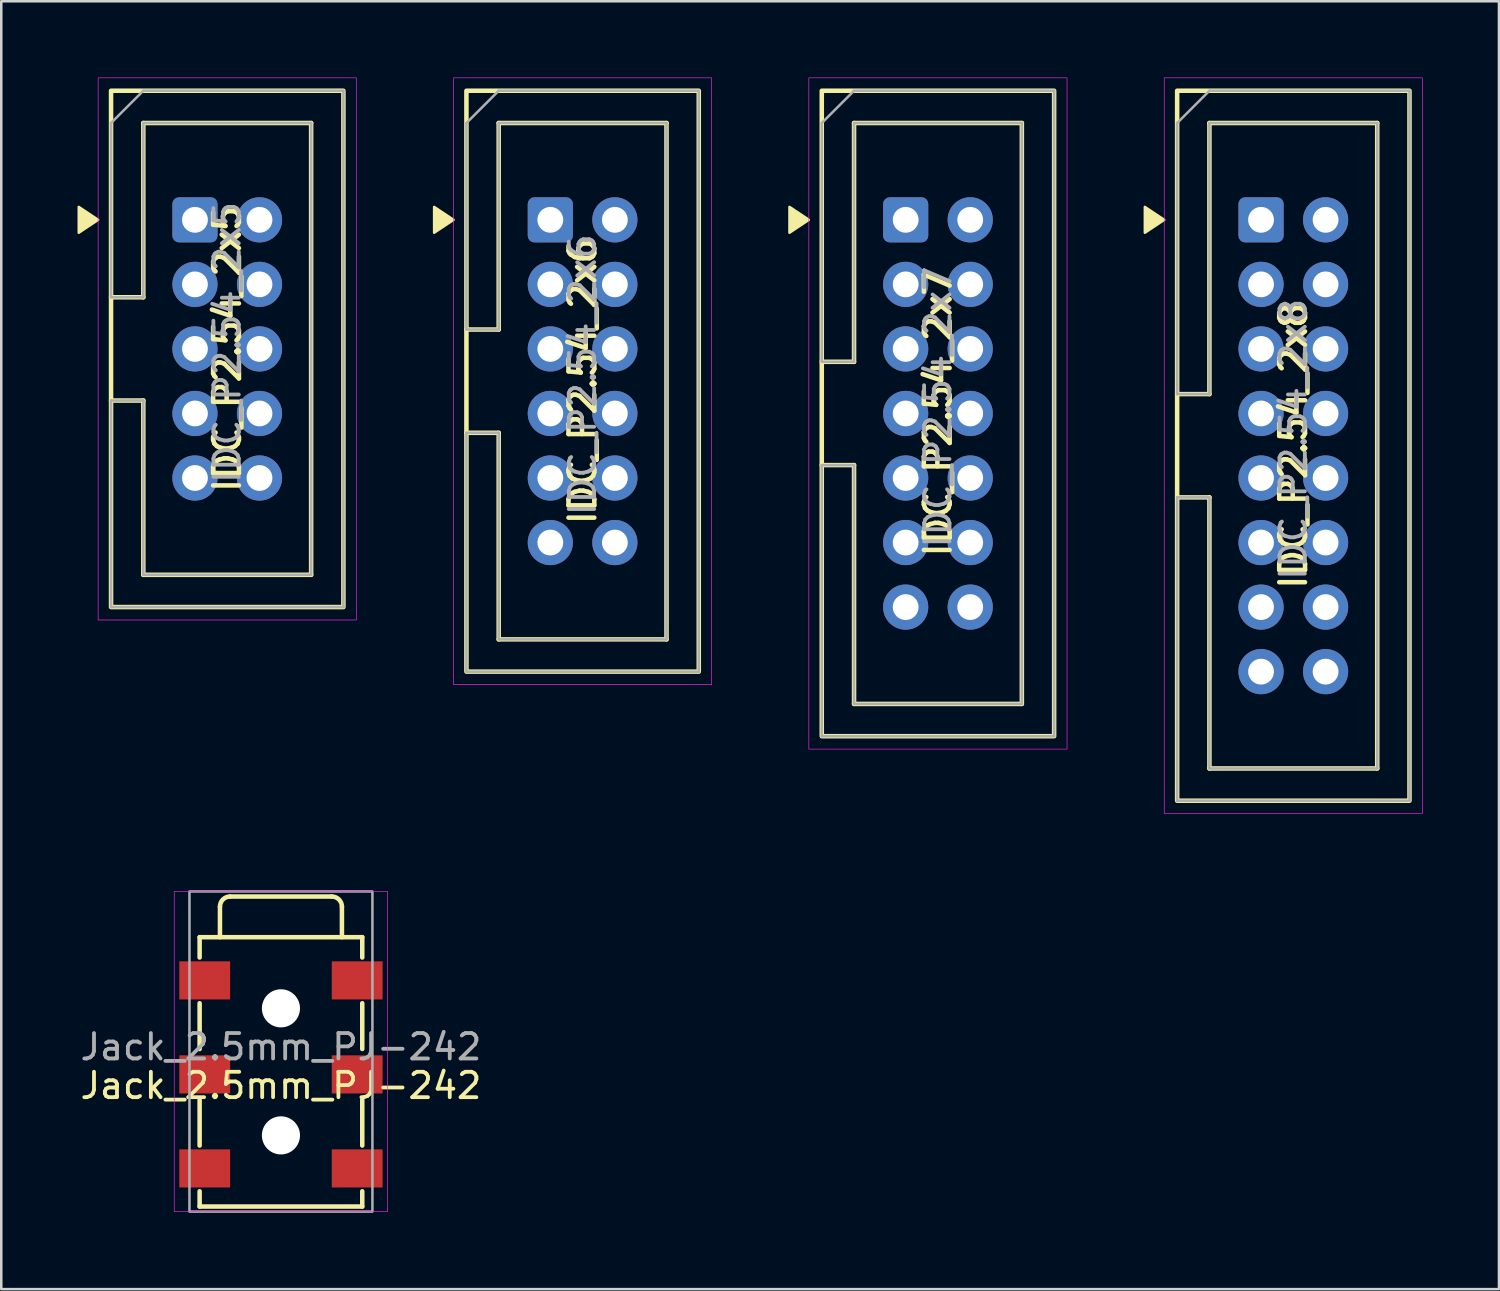
<source format=kicad_pcb>
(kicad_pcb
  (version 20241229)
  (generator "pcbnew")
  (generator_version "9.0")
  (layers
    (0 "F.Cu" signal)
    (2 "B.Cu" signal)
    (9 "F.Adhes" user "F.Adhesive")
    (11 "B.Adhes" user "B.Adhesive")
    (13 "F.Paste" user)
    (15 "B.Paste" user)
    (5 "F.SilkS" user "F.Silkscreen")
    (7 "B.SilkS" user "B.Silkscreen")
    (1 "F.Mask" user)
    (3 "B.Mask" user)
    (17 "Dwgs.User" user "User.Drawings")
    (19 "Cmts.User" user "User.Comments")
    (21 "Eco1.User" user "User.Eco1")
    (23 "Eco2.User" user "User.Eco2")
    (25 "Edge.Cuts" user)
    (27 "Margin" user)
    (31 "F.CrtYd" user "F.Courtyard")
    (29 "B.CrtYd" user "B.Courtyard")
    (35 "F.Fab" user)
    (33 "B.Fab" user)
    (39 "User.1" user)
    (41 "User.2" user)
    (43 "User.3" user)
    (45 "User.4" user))
  (footprint "IDC_P2.54_2x6"
    (layer "F.Cu")
    (at 19.877 11.951)
    (property "Reference" "IDC_P2.54_2x6" (at 0 0 90) (layer "F.SilkS") (effects (font (size 1.016 1.016) (thickness 0.178))))
    (attr through_hole)
    (fp_line (start -4.572 -2.032) (end -3.302 -2.032) (stroke (width 0.178) (type solid)) (layer "F.SilkS"))
    (fp_line (start -3.302 -10.16) (end 3.302 -10.16) (stroke (width 0.178) (type solid)) (layer "F.SilkS"))
    (fp_line (start -3.302 -2.032) (end -3.302 -10.16) (stroke (width 0.178) (type solid)) (layer "F.SilkS"))
    (fp_line (start -3.302 2.032) (end -4.572 2.032) (stroke (width 0.178) (type solid)) (layer "F.SilkS"))
    (fp_line (start -3.302 10.16) (end -3.302 2.032) (stroke (width 0.178) (type solid)) (layer "F.SilkS"))
    (fp_line (start 3.302 -10.16) (end 3.302 10.16) (stroke (width 0.178) (type solid)) (layer "F.SilkS"))
    (fp_line (start 3.302 10.16) (end -3.302 10.16) (stroke (width 0.178) (type solid)) (layer "F.SilkS"))
    (fp_rect (start -4.572 -11.43) (end 4.572 11.43) (stroke (width 0.178) (type solid)) (fill no) (layer "F.SilkS"))
    (fp_poly (pts (xy -5.08 -6.35) (xy -5.842 -5.842) (xy -5.842 -6.858)) (stroke (width 0.1) (type solid)) (fill yes) (layer "F.SilkS"))
    (fp_rect (start -5.08 -11.938) (end 5.08 11.938) (stroke (width 0.025) (type solid)) (fill no) (layer "F.CrtYd"))
    (fp_line (start -4.572 -2.032) (end -4.572 -10.16) (stroke (width 0.1) (type solid)) (layer "F.Fab"))
    (fp_line (start -4.572 -2.032) (end -3.302 -2.032) (stroke (width 0.1) (type solid)) (layer "F.Fab"))
    (fp_line (start -4.572 2.032) (end -4.572 11.43) (stroke (width 0.1) (type solid)) (layer "F.Fab"))
    (fp_line (start -4.572 2.032) (end -3.302 2.032) (stroke (width 0.1) (type solid)) (layer "F.Fab"))
    (fp_line (start -3.302 -11.43) (end -4.572 -10.16) (stroke (width 0.1) (type solid)) (layer "F.Fab"))
    (fp_line (start -3.302 -11.43) (end 4.572 -11.43) (stroke (width 0.1) (type solid)) (layer "F.Fab"))
    (fp_line (start -3.302 -10.16) (end 3.302 -10.16) (stroke (width 0.1) (type solid)) (layer "F.Fab"))
    (fp_line (start -3.302 -2.032) (end -3.302 -10.16) (stroke (width 0.1) (type solid)) (layer "F.Fab"))
    (fp_line (start -3.302 10.16) (end -3.302 2.032) (stroke (width 0.1) (type solid)) (layer "F.Fab"))
    (fp_line (start -3.302 10.16) (end 3.302 10.16) (stroke (width 0.1) (type solid)) (layer "F.Fab"))
    (fp_line (start 3.302 10.16) (end 3.302 -10.16) (stroke (width 0.1) (type solid)) (layer "F.Fab"))
    (fp_line (start 4.572 -11.43) (end 4.572 11.43) (stroke (width 0.1) (type solid)) (layer "F.Fab"))
    (fp_line (start 4.572 11.43) (end -4.572 11.43) (stroke (width 0.1) (type solid)) (layer "F.Fab"))
    (fp_text user "${REFERENCE}" (at 0 -0.254 90) (layer "F.Fab") (effects (font (size 1 1) (thickness 0.15))))
    (pad "1" thru_hole roundrect (at -1.27 -6.35) (size 1.778 1.778) (drill 1.016) (layers "*.Cu" "*.Mask") (roundrect_rratio 0.15))
    (pad "2" thru_hole circle (at 1.27 -6.35) (size 1.778 1.778) (drill 1.016) (layers "*.Cu" "*.Mask"))
    (pad "3" thru_hole circle (at -1.27 -3.81) (size 1.778 1.778) (drill 1.016) (layers "*.Cu" "*.Mask"))
    (pad "4" thru_hole circle (at 1.27 -3.81) (size 1.778 1.778) (drill 1.016) (layers "*.Cu" "*.Mask"))
    (pad "5" thru_hole circle (at -1.27 -1.27) (size 1.778 1.778) (drill 1.016) (layers "*.Cu" "*.Mask"))
    (pad "6" thru_hole circle (at 1.27 -1.27) (size 1.778 1.778) (drill 1.016) (layers "*.Cu" "*.Mask"))
    (pad "7" thru_hole circle (at -1.27 1.27) (size 1.778 1.778) (drill 1.016) (layers "*.Cu" "*.Mask"))
    (pad "8" thru_hole circle (at 1.27 1.27) (size 1.778 1.778) (drill 1.016) (layers "*.Cu" "*.Mask"))
    (pad "9" thru_hole circle (at -1.27 3.81) (size 1.778 1.778) (drill 1.016) (layers "*.Cu" "*.Mask"))
    (pad "10" thru_hole circle (at 1.27 3.81) (size 1.778 1.778) (drill 1.016) (layers "*.Cu" "*.Mask"))
    (pad "11" thru_hole circle (at -1.27 6.35) (size 1.778 1.778) (drill 1.016) (layers "*.Cu" "*.Mask"))
    (pad "12" thru_hole circle (at 1.27 6.35) (size 1.778 1.778) (drill 1.016) (layers "*.Cu" "*.Mask")))
  (footprint "IDC_P2.54_2x7"
    (layer "F.Cu")
    (at 33.861 13.221)
    (property "Reference" "IDC_P2.54_2x7" (at 0 0 90) (layer "F.SilkS") (effects (font (size 1.016 1.016) (thickness 0.178))))
    (attr through_hole)
    (fp_line (start -4.572 -2.032) (end -3.302 -2.032) (stroke (width 0.178) (type solid)) (layer "F.SilkS"))
    (fp_line (start -3.302 -11.43) (end 3.302 -11.43) (stroke (width 0.178) (type solid)) (layer "F.SilkS"))
    (fp_line (start -3.302 -2.032) (end -3.302 -11.43) (stroke (width 0.178) (type solid)) (layer "F.SilkS"))
    (fp_line (start -3.302 2.032) (end -4.572 2.032) (stroke (width 0.178) (type solid)) (layer "F.SilkS"))
    (fp_line (start -3.302 11.43) (end -3.302 2.032) (stroke (width 0.178) (type solid)) (layer "F.SilkS"))
    (fp_line (start 3.302 -11.43) (end 3.302 11.43) (stroke (width 0.178) (type solid)) (layer "F.SilkS"))
    (fp_line (start 3.302 11.43) (end -3.302 11.43) (stroke (width 0.178) (type solid)) (layer "F.SilkS"))
    (fp_rect (start -4.572 -12.7) (end 4.572 12.7) (stroke (width 0.178) (type solid)) (fill no) (layer "F.SilkS"))
    (fp_poly (pts (xy -5.08 -7.62) (xy -5.842 -7.112) (xy -5.842 -8.128)) (stroke (width 0.1) (type solid)) (fill yes) (layer "F.SilkS"))
    (fp_rect (start -5.08 -13.208) (end 5.08 13.208) (stroke (width 0.025) (type solid)) (fill no) (layer "F.CrtYd"))
    (fp_line (start -4.572 -2.032) (end -4.572 -11.43) (stroke (width 0.1) (type solid)) (layer "F.Fab"))
    (fp_line (start -4.572 -2.032) (end -3.302 -2.032) (stroke (width 0.1) (type solid)) (layer "F.Fab"))
    (fp_line (start -4.572 2.032) (end -4.572 12.7) (stroke (width 0.1) (type solid)) (layer "F.Fab"))
    (fp_line (start -4.572 2.032) (end -3.302 2.032) (stroke (width 0.1) (type solid)) (layer "F.Fab"))
    (fp_line (start -3.302 -12.7) (end -4.572 -11.43) (stroke (width 0.1) (type solid)) (layer "F.Fab"))
    (fp_line (start -3.302 -12.7) (end 4.572 -12.7) (stroke (width 0.1) (type solid)) (layer "F.Fab"))
    (fp_line (start -3.302 -11.43) (end 3.302 -11.43) (stroke (width 0.1) (type solid)) (layer "F.Fab"))
    (fp_line (start -3.302 -2.032) (end -3.302 -11.43) (stroke (width 0.1) (type solid)) (layer "F.Fab"))
    (fp_line (start -3.302 11.43) (end -3.302 2.032) (stroke (width 0.1) (type solid)) (layer "F.Fab"))
    (fp_line (start -3.302 11.43) (end 3.302 11.43) (stroke (width 0.1) (type solid)) (layer "F.Fab"))
    (fp_line (start 3.302 11.43) (end 3.302 -11.43) (stroke (width 0.1) (type solid)) (layer "F.Fab"))
    (fp_line (start 4.572 -12.7) (end 4.572 12.7) (stroke (width 0.1) (type solid)) (layer "F.Fab"))
    (fp_line (start 4.572 12.7) (end -4.572 12.7) (stroke (width 0.1) (type solid)) (layer "F.Fab"))
    (fp_text user "${REFERENCE}" (at 0 -0.254 90) (layer "F.Fab") (effects (font (size 1 1) (thickness 0.15))))
    (pad "1" thru_hole roundrect (at -1.27 -7.62) (size 1.778 1.778) (drill 1.016) (layers "*.Cu" "*.Mask") (roundrect_rratio 0.15))
    (pad "2" thru_hole circle (at 1.27 -7.62) (size 1.778 1.778) (drill 1.016) (layers "*.Cu" "*.Mask"))
    (pad "3" thru_hole circle (at -1.27 -5.08) (size 1.778 1.778) (drill 1.016) (layers "*.Cu" "*.Mask"))
    (pad "4" thru_hole circle (at 1.27 -5.08) (size 1.778 1.778) (drill 1.016) (layers "*.Cu" "*.Mask"))
    (pad "5" thru_hole circle (at -1.27 -2.54) (size 1.778 1.778) (drill 1.016) (layers "*.Cu" "*.Mask"))
    (pad "6" thru_hole circle (at 1.27 -2.54) (size 1.778 1.778) (drill 1.016) (layers "*.Cu" "*.Mask"))
    (pad "7" thru_hole circle (at -1.27 0) (size 1.778 1.778) (drill 1.016) (layers "*.Cu" "*.Mask"))
    (pad "8" thru_hole circle (at 1.27 0) (size 1.778 1.778) (drill 1.016) (layers "*.Cu" "*.Mask"))
    (pad "9" thru_hole circle (at -1.27 2.54) (size 1.778 1.778) (drill 1.016) (layers "*.Cu" "*.Mask"))
    (pad "10" thru_hole circle (at 1.27 2.54) (size 1.778 1.778) (drill 1.016) (layers "*.Cu" "*.Mask"))
    (pad "11" thru_hole circle (at -1.27 5.08) (size 1.778 1.778) (drill 1.016) (layers "*.Cu" "*.Mask"))
    (pad "12" thru_hole circle (at 1.27 5.08) (size 1.778 1.778) (drill 1.016) (layers "*.Cu" "*.Mask"))
    (pad "13" thru_hole circle (at -1.27 7.62) (size 1.778 1.778) (drill 1.016) (layers "*.Cu" "*.Mask"))
    (pad "14" thru_hole circle (at 1.27 7.62) (size 1.778 1.778) (drill 1.016) (layers "*.Cu" "*.Mask")))
  (footprint "Jack_2.5mm_PJ-242"
    (layer "F.Cu")
    (at 8.006 33.831)
    (property "Reference" "Jack_2.5mm_PJ-242" (at 0 5.842 0) (unlocked yes) (layer "F.SilkS") (effects (font (size 1 1) (thickness 0.15))))
    (attr smd)
    (fp_line (start -3.2 0) (end 3.2 0) (stroke (width 0.178) (type solid)) (layer "F.SilkS"))
    (fp_line (start -3.2 0.8) (end -3.2 0) (stroke (width 0.178) (type solid)) (layer "F.SilkS"))
    (fp_line (start -3.2 4.4) (end -3.2 2.6) (stroke (width 0.178) (type solid)) (layer "F.SilkS"))
    (fp_line (start -3.2 8.2) (end -3.2 6.4) (stroke (width 0.178) (type solid)) (layer "F.SilkS"))
    (fp_line (start -3.2 10) (end -3.2 10.6) (stroke (width 0.178) (type solid)) (layer "F.SilkS"))
    (fp_line (start -3.2 10.6) (end 3.2 10.6) (stroke (width 0.178) (type solid)) (layer "F.SilkS"))
    (fp_line (start -2.4 -1.2) (end -2.4 0) (stroke (width 0.178) (type solid)) (layer "F.SilkS"))
    (fp_line (start 2 -1.6) (end -2 -1.6) (stroke (width 0.178) (type solid)) (layer "F.SilkS"))
    (fp_line (start 2.4 0) (end 2.4 -1.2) (stroke (width 0.178) (type solid)) (layer "F.SilkS"))
    (fp_line (start 3.2 0) (end 3.2 0.8) (stroke (width 0.178) (type solid)) (layer "F.SilkS"))
    (fp_line (start 3.2 4.4) (end 3.2 2.6) (stroke (width 0.178) (type solid)) (layer "F.SilkS"))
    (fp_line (start 3.2 8.2) (end 3.2 6.4) (stroke (width 0.178) (type solid)) (layer "F.SilkS"))
    (fp_line (start 3.2 10) (end 3.2 10.6) (stroke (width 0.178) (type solid)) (layer "F.SilkS"))
    (fp_arc (start -2.4 -1.2) (mid -2.282843 -1.482843) (end -2 -1.6) (stroke (width 0.1778) (type solid)) (layer "F.SilkS"))
    (fp_arc (start 2 -1.6) (mid 2.282842 -1.482843) (end 2.4 -1.2) (stroke (width 0.1778) (type solid)) (layer "F.SilkS"))
    (fp_rect (start -4.2 -1.8) (end 4.2 10.8) (stroke (width 0.025) (type solid)) (fill no) (layer "F.CrtYd"))
    (fp_rect (start -3.6 -1.8) (end 3.6 10.8) (stroke (width 0.1) (type solid)) (fill no) (layer "F.Fab"))
    (fp_text user "${REFERENCE}" (at 0 4.318 0) (unlocked yes) (layer "F.Fab") (effects (font (size 1 1) (thickness 0.15))))
    (pad "" np_thru_hole circle (at 0 2.8) (size 1.5 1.5) (drill 1.5) (layers "*.Cu" "*.Mask"))
    (pad "" np_thru_hole circle (at 0 7.8) (size 1.5 1.5) (drill 1.5) (layers "*.Cu" "*.Mask"))
    (pad "2" smd rect (at 3 1.7) (size 2 1.5) (layers "F.Cu" "F.Mask" "F.Paste"))
    (pad "3" smd rect (at -3 1.7) (size 2 1.5) (layers "F.Cu" "F.Mask" "F.Paste"))
    (pad "4" smd rect (at 3 5.4) (size 2 1.5) (layers "F.Cu" "F.Mask" "F.Paste"))
    (pad "5" smd rect (at 3 9.1) (size 2 1.5) (layers "F.Cu" "F.Mask" "F.Paste"))
    (pad "6" smd rect (at -3 5.4) (size 2 1.5) (layers "F.Cu" "F.Mask" "F.Paste"))
    (pad "7" smd rect (at -3 9.1) (size 2 1.5) (layers "F.Cu" "F.Mask" "F.Paste")))
  (footprint "IDC_P2.54_2x5"
    (layer "F.Cu")
    (at 5.892 10.681)
    (property "Reference" "IDC_P2.54_2x5" (at 0 0 90) (layer "F.SilkS") (effects (font (size 1.016 1.016) (thickness 0.178))))
    (attr through_hole)
    (fp_line (start -4.572 -2.032) (end -3.302 -2.032) (stroke (width 0.178) (type solid)) (layer "F.SilkS"))
    (fp_line (start -3.302 -8.89) (end 3.302 -8.89) (stroke (width 0.178) (type solid)) (layer "F.SilkS"))
    (fp_line (start -3.302 -2.032) (end -3.302 -8.89) (stroke (width 0.178) (type solid)) (layer "F.SilkS"))
    (fp_line (start -3.302 2.032) (end -4.572 2.032) (stroke (width 0.178) (type solid)) (layer "F.SilkS"))
    (fp_line (start -3.302 8.89) (end -3.302 2.032) (stroke (width 0.178) (type solid)) (layer "F.SilkS"))
    (fp_line (start 3.302 -8.89) (end 3.302 8.89) (stroke (width 0.178) (type solid)) (layer "F.SilkS"))
    (fp_line (start 3.302 8.89) (end -3.302 8.89) (stroke (width 0.178) (type solid)) (layer "F.SilkS"))
    (fp_rect (start -4.572 -10.16) (end 4.572 10.16) (stroke (width 0.178) (type solid)) (fill no) (layer "F.SilkS"))
    (fp_poly (pts (xy -5.08 -5.08) (xy -5.842 -4.572) (xy -5.842 -5.588)) (stroke (width 0.1) (type solid)) (fill yes) (layer "F.SilkS"))
    (fp_rect (start -5.08 -10.668) (end 5.08 10.668) (stroke (width 0.025) (type solid)) (fill no) (layer "F.CrtYd"))
    (fp_line (start -4.572 -2.032) (end -4.572 -8.89) (stroke (width 0.1) (type solid)) (layer "F.Fab"))
    (fp_line (start -4.572 -2.032) (end -3.302 -2.032) (stroke (width 0.1) (type solid)) (layer "F.Fab"))
    (fp_line (start -4.572 2.032) (end -4.572 10.16) (stroke (width 0.1) (type solid)) (layer "F.Fab"))
    (fp_line (start -4.572 2.032) (end -3.302 2.032) (stroke (width 0.1) (type solid)) (layer "F.Fab"))
    (fp_line (start -3.302 -10.16) (end -4.572 -8.89) (stroke (width 0.1) (type solid)) (layer "F.Fab"))
    (fp_line (start -3.302 -10.16) (end 4.572 -10.16) (stroke (width 0.1) (type solid)) (layer "F.Fab"))
    (fp_line (start -3.302 -8.89) (end 3.302 -8.89) (stroke (width 0.1) (type solid)) (layer "F.Fab"))
    (fp_line (start -3.302 -2.032) (end -3.302 -8.89) (stroke (width 0.1) (type solid)) (layer "F.Fab"))
    (fp_line (start -3.302 8.89) (end -3.302 2.032) (stroke (width 0.1) (type solid)) (layer "F.Fab"))
    (fp_line (start -3.302 8.89) (end 3.302 8.89) (stroke (width 0.1) (type solid)) (layer "F.Fab"))
    (fp_line (start 3.302 8.89) (end 3.302 -8.89) (stroke (width 0.1) (type solid)) (layer "F.Fab"))
    (fp_line (start 4.572 -10.16) (end 4.572 10.16) (stroke (width 0.1) (type solid)) (layer "F.Fab"))
    (fp_line (start 4.572 10.16) (end -4.572 10.16) (stroke (width 0.1) (type solid)) (layer "F.Fab"))
    (fp_text user "${REFERENCE}" (at 0 -0.254 90) (layer "F.Fab") (effects (font (size 1 1) (thickness 0.15))))
    (pad "1" thru_hole roundrect (at -1.27 -5.08) (size 1.778 1.778) (drill 1.016) (layers "*.Cu" "*.Mask") (roundrect_rratio 0.15))
    (pad "2" thru_hole circle (at 1.27 -5.08) (size 1.778 1.778) (drill 1.016) (layers "*.Cu" "*.Mask"))
    (pad "3" thru_hole circle (at -1.27 -2.54) (size 1.778 1.778) (drill 1.016) (layers "*.Cu" "*.Mask"))
    (pad "4" thru_hole circle (at 1.27 -2.54) (size 1.778 1.778) (drill 1.016) (layers "*.Cu" "*.Mask"))
    (pad "5" thru_hole circle (at -1.27 0) (size 1.778 1.778) (drill 1.016) (layers "*.Cu" "*.Mask"))
    (pad "6" thru_hole circle (at 1.27 0) (size 1.778 1.778) (drill 1.016) (layers "*.Cu" "*.Mask"))
    (pad "7" thru_hole circle (at -1.27 2.54) (size 1.778 1.778) (drill 1.016) (layers "*.Cu" "*.Mask"))
    (pad "8" thru_hole circle (at 1.27 2.54) (size 1.778 1.778) (drill 1.016) (layers "*.Cu" "*.Mask"))
    (pad "9" thru_hole circle (at -1.27 5.08) (size 1.778 1.778) (drill 1.016) (layers "*.Cu" "*.Mask"))
    (pad "10" thru_hole circle (at 1.27 5.08) (size 1.778 1.778) (drill 1.016) (layers "*.Cu" "*.Mask")))
  (footprint "IDC_P2.54_2x8"
    (layer "F.Cu")
    (at 47.846 14.491)
    (property "Reference" "IDC_P2.54_2x8" (at 0 0 90) (layer "F.SilkS") (effects (font (size 1.016 1.016) (thickness 0.178))))
    (attr through_hole)
    (fp_line (start -4.572 -2.032) (end -3.302 -2.032) (stroke (width 0.178) (type solid)) (layer "F.SilkS"))
    (fp_line (start -3.302 -12.7) (end 3.302 -12.7) (stroke (width 0.178) (type solid)) (layer "F.SilkS"))
    (fp_line (start -3.302 -2.032) (end -3.302 -12.7) (stroke (width 0.178) (type solid)) (layer "F.SilkS"))
    (fp_line (start -3.302 2.032) (end -4.572 2.032) (stroke (width 0.178) (type solid)) (layer "F.SilkS"))
    (fp_line (start -3.302 12.7) (end -3.302 2.032) (stroke (width 0.178) (type solid)) (layer "F.SilkS"))
    (fp_line (start 3.302 -12.7) (end 3.302 12.7) (stroke (width 0.178) (type solid)) (layer "F.SilkS"))
    (fp_line (start 3.302 12.7) (end -3.302 12.7) (stroke (width 0.178) (type solid)) (layer "F.SilkS"))
    (fp_rect (start -4.572 -13.97) (end 4.572 13.97) (stroke (width 0.178) (type solid)) (fill no) (layer "F.SilkS"))
    (fp_poly (pts (xy -5.08 -8.89) (xy -5.842 -8.382) (xy -5.842 -9.398)) (stroke (width 0.1) (type solid)) (fill yes) (layer "F.SilkS"))
    (fp_rect (start -5.08 -14.478) (end 5.08 14.478) (stroke (width 0.025) (type solid)) (fill no) (layer "F.CrtYd"))
    (fp_line (start -4.572 -2.032) (end -4.572 -12.7) (stroke (width 0.1) (type solid)) (layer "F.Fab"))
    (fp_line (start -4.572 -2.032) (end -3.302 -2.032) (stroke (width 0.1) (type solid)) (layer "F.Fab"))
    (fp_line (start -4.572 2.032) (end -4.572 13.97) (stroke (width 0.1) (type solid)) (layer "F.Fab"))
    (fp_line (start -4.572 2.032) (end -3.302 2.032) (stroke (width 0.1) (type solid)) (layer "F.Fab"))
    (fp_line (start -3.302 -13.97) (end -4.572 -12.7) (stroke (width 0.1) (type solid)) (layer "F.Fab"))
    (fp_line (start -3.302 -13.97) (end 4.572 -13.97) (stroke (width 0.1) (type solid)) (layer "F.Fab"))
    (fp_line (start -3.302 -12.7) (end 3.302 -12.7) (stroke (width 0.1) (type solid)) (layer "F.Fab"))
    (fp_line (start -3.302 -2.032) (end -3.302 -12.7) (stroke (width 0.1) (type solid)) (layer "F.Fab"))
    (fp_line (start -3.302 12.7) (end -3.302 2.032) (stroke (width 0.1) (type solid)) (layer "F.Fab"))
    (fp_line (start -3.302 12.7) (end 3.302 12.7) (stroke (width 0.1) (type solid)) (layer "F.Fab"))
    (fp_line (start 3.302 12.7) (end 3.302 -12.7) (stroke (width 0.1) (type solid)) (layer "F.Fab"))
    (fp_line (start 4.572 -13.97) (end 4.572 13.97) (stroke (width 0.1) (type solid)) (layer "F.Fab"))
    (fp_line (start 4.572 13.97) (end -4.572 13.97) (stroke (width 0.1) (type solid)) (layer "F.Fab"))
    (fp_text user "${REFERENCE}" (at 0 -0.254 90) (layer "F.Fab") (effects (font (size 1 1) (thickness 0.15))))
    (pad "1" thru_hole roundrect (at -1.27 -8.89) (size 1.778 1.778) (drill 1.016) (layers "*.Cu" "*.Mask") (roundrect_rratio 0.15))
    (pad "2" thru_hole circle (at 1.27 -8.89) (size 1.778 1.778) (drill 1.016) (layers "*.Cu" "*.Mask"))
    (pad "3" thru_hole circle (at -1.27 -6.35) (size 1.778 1.778) (drill 1.016) (layers "*.Cu" "*.Mask"))
    (pad "4" thru_hole circle (at 1.27 -6.35) (size 1.778 1.778) (drill 1.016) (layers "*.Cu" "*.Mask"))
    (pad "5" thru_hole circle (at -1.27 -3.81) (size 1.778 1.778) (drill 1.016) (layers "*.Cu" "*.Mask"))
    (pad "6" thru_hole circle (at 1.27 -3.81) (size 1.778 1.778) (drill 1.016) (layers "*.Cu" "*.Mask"))
    (pad "7" thru_hole circle (at -1.27 -1.27) (size 1.778 1.778) (drill 1.016) (layers "*.Cu" "*.Mask"))
    (pad "8" thru_hole circle (at 1.27 -1.27) (size 1.778 1.778) (drill 1.016) (layers "*.Cu" "*.Mask"))
    (pad "9" thru_hole circle (at -1.27 1.27) (size 1.778 1.778) (drill 1.016) (layers "*.Cu" "*.Mask"))
    (pad "10" thru_hole circle (at 1.27 1.27) (size 1.778 1.778) (drill 1.016) (layers "*.Cu" "*.Mask"))
    (pad "11" thru_hole circle (at -1.27 3.81) (size 1.778 1.778) (drill 1.016) (layers "*.Cu" "*.Mask"))
    (pad "12" thru_hole circle (at 1.27 3.81) (size 1.778 1.778) (drill 1.016) (layers "*.Cu" "*.Mask"))
    (pad "13" thru_hole circle (at -1.27 6.35) (size 1.778 1.778) (drill 1.016) (layers "*.Cu" "*.Mask"))
    (pad "14" thru_hole circle (at 1.27 6.35) (size 1.778 1.778) (drill 1.016) (layers "*.Cu" "*.Mask"))
    (pad "15" thru_hole circle (at -1.27 8.89) (size 1.778 1.778) (drill 1.016) (layers "*.Cu" "*.Mask"))
    (pad "16" thru_hole circle (at 1.27 8.89) (size 1.778 1.778) (drill 1.016) (layers "*.Cu" "*.Mask")))
  (gr_rect
    (start -3 -3)
    (end 55.939 47.681)
    (stroke (width 0.1) (type default))
    (fill no)
    (layer "Edge.Cuts")))
</source>
